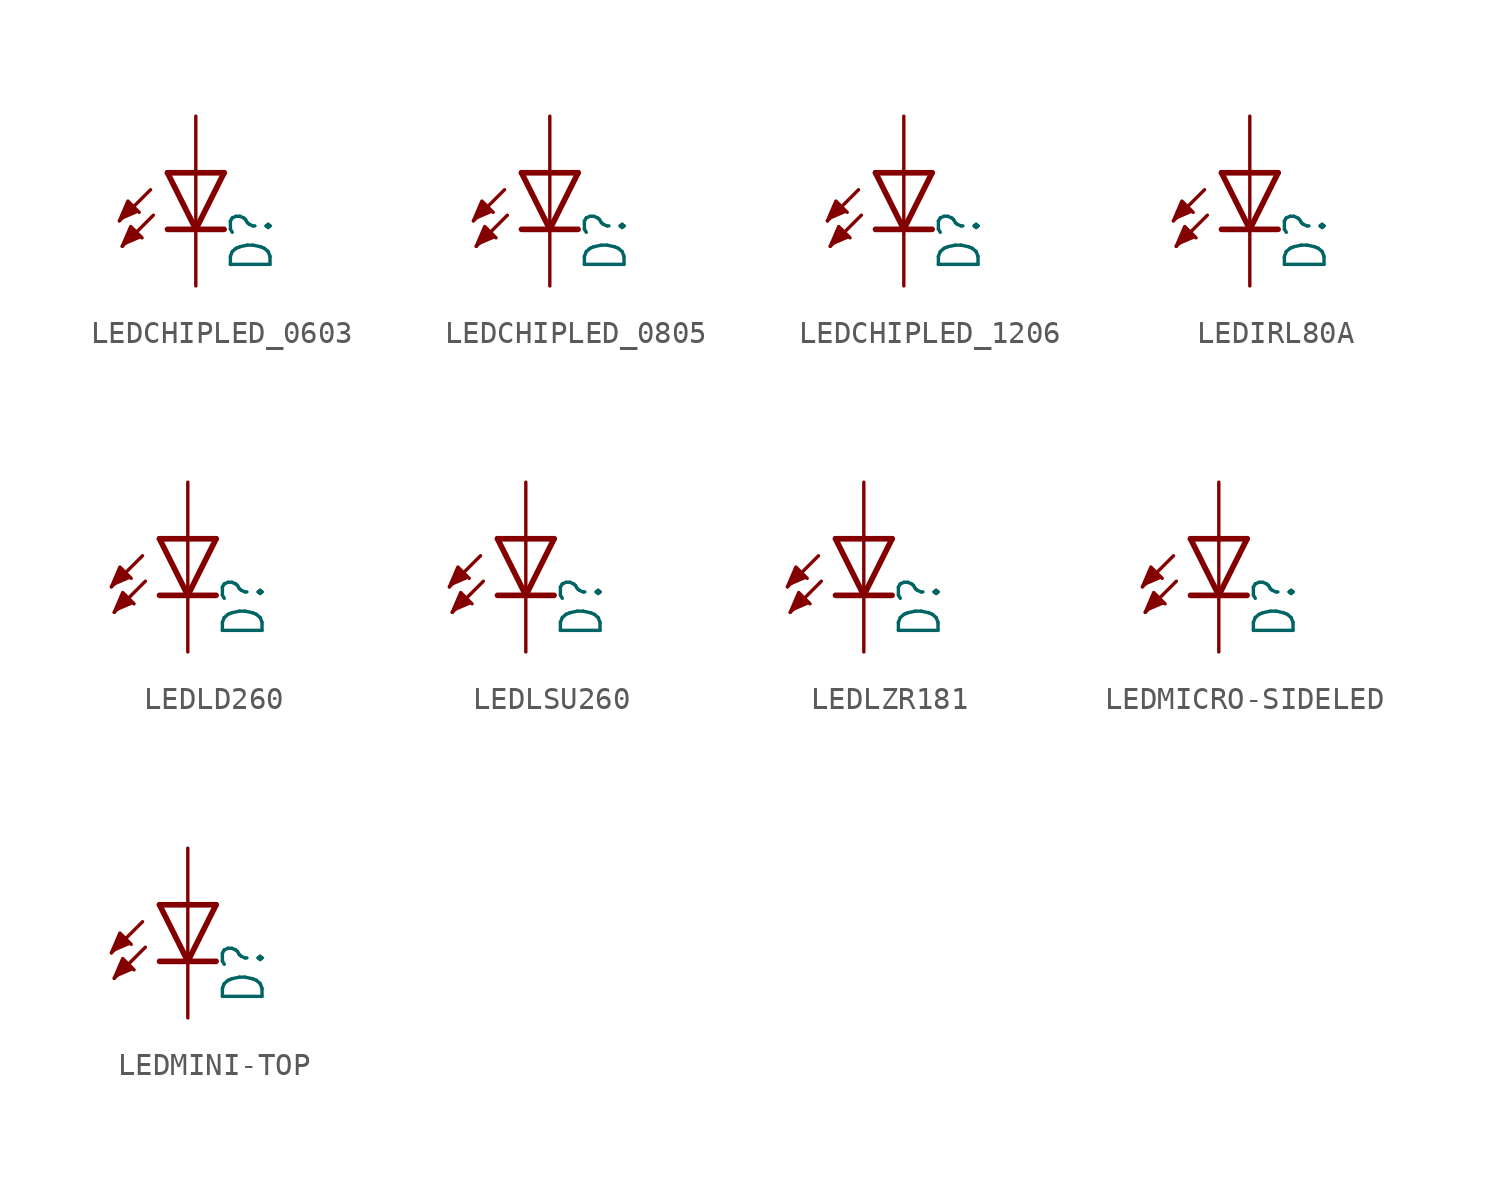
<source format=kicad_sym>
(kicad_symbol_lib
  (version 20220914)
  (generator kicad_symbol_editor)
  (symbol "LEDCHIPLED_0603"
    (property "Reference" "D"
      (at 3.556 -4.572 90)
      (effects (font (size 1.778 1.511)) (justify left bottom)))
    (property "Value" ""
      (at 5.715 -4.572 90)
      (effects (font (size 1.778 1.511)) (justify left bottom)))
    (property "ki_locked" ""
      (at 0 0 0)
      (effects (font (size 1.27 1.27))))
    (symbol "LEDCHIPLED_0603_1_0"
      (polyline (pts (xy -2.032 -0.762) (xy -3.429 -2.159)) (stroke (width 0.152) (type solid)) (fill (type none)))
      (polyline (pts (xy -1.905 -1.905) (xy -3.302 -3.302)) (stroke (width 0.152) (type solid)) (fill (type none)))
      (polyline (pts (xy 0 -2.54) (xy -1.27 -2.54)) (stroke (width 0.254) (type solid)) (fill (type none)))
      (polyline (pts (xy 0 -2.54) (xy -1.27 0)) (stroke (width 0.254) (type solid)) (fill (type none)))
      (polyline (pts (xy 0 0) (xy -1.27 0)) (stroke (width 0.254) (type solid)) (fill (type none)))
      (polyline (pts (xy 0 0) (xy 0 -2.54)) (stroke (width 0.152) (type solid)) (fill (type none)))
      (polyline (pts (xy 1.27 -2.54) (xy 0 -2.54)) (stroke (width 0.254) (type solid)) (fill (type none)))
      (polyline (pts (xy 1.27 0) (xy 0 -2.54)) (stroke (width 0.254) (type solid)) (fill (type none)))
      (polyline (pts (xy 1.27 0) (xy 0 0)) (stroke (width 0.254) (type solid)) (fill (type none)))
      (polyline (pts (xy -3.429 -2.159) (xy -3.048 -1.27) (xy -2.54 -1.778)) (stroke (width 0.152) (type solid)) (fill (type outline)))
      (polyline (pts (xy -3.302 -3.302) (xy -2.921 -2.413) (xy -2.413 -2.921)) (stroke (width 0.152) (type solid)) (fill (type outline)))
      (pin passive line (at 0 2.54 270) (length 2.54) (name "A" (effects (font (size 0 0)))) (number "A" (effects (font (size 0 0)))))
      (pin passive line (at 0 -5.08 90) (length 2.54) (name "C" (effects (font (size 0 0)))) (number "C" (effects (font (size 0 0)))))))
  (symbol "LEDCHIPLED_0805"
    (property "Reference" "D"
      (at 3.556 -4.572 90)
      (effects (font (size 1.778 1.511)) (justify left bottom)))
    (property "Value" ""
      (at 5.715 -4.572 90)
      (effects (font (size 1.778 1.511)) (justify left bottom)))
    (property "ki_locked" ""
      (at 0 0 0)
      (effects (font (size 1.27 1.27))))
    (symbol "LEDCHIPLED_0805_1_0"
      (polyline (pts (xy -2.032 -0.762) (xy -3.429 -2.159)) (stroke (width 0.152) (type solid)) (fill (type none)))
      (polyline (pts (xy -1.905 -1.905) (xy -3.302 -3.302)) (stroke (width 0.152) (type solid)) (fill (type none)))
      (polyline (pts (xy 0 -2.54) (xy -1.27 -2.54)) (stroke (width 0.254) (type solid)) (fill (type none)))
      (polyline (pts (xy 0 -2.54) (xy -1.27 0)) (stroke (width 0.254) (type solid)) (fill (type none)))
      (polyline (pts (xy 0 0) (xy -1.27 0)) (stroke (width 0.254) (type solid)) (fill (type none)))
      (polyline (pts (xy 0 0) (xy 0 -2.54)) (stroke (width 0.152) (type solid)) (fill (type none)))
      (polyline (pts (xy 1.27 -2.54) (xy 0 -2.54)) (stroke (width 0.254) (type solid)) (fill (type none)))
      (polyline (pts (xy 1.27 0) (xy 0 -2.54)) (stroke (width 0.254) (type solid)) (fill (type none)))
      (polyline (pts (xy 1.27 0) (xy 0 0)) (stroke (width 0.254) (type solid)) (fill (type none)))
      (polyline (pts (xy -3.429 -2.159) (xy -3.048 -1.27) (xy -2.54 -1.778)) (stroke (width 0.152) (type solid)) (fill (type outline)))
      (polyline (pts (xy -3.302 -3.302) (xy -2.921 -2.413) (xy -2.413 -2.921)) (stroke (width 0.152) (type solid)) (fill (type outline)))
      (pin passive line (at 0 2.54 270) (length 2.54) (name "A" (effects (font (size 0 0)))) (number "A" (effects (font (size 0 0)))))
      (pin passive line (at 0 -5.08 90) (length 2.54) (name "C" (effects (font (size 0 0)))) (number "C" (effects (font (size 0 0)))))))
  (symbol "LEDCHIPLED_1206"
    (property "Reference" "D"
      (at 3.556 -4.572 90)
      (effects (font (size 1.778 1.511)) (justify left bottom)))
    (property "Value" ""
      (at 5.715 -4.572 90)
      (effects (font (size 1.778 1.511)) (justify left bottom)))
    (property "ki_locked" ""
      (at 0 0 0)
      (effects (font (size 1.27 1.27))))
    (symbol "LEDCHIPLED_1206_1_0"
      (polyline (pts (xy -2.032 -0.762) (xy -3.429 -2.159)) (stroke (width 0.152) (type solid)) (fill (type none)))
      (polyline (pts (xy -1.905 -1.905) (xy -3.302 -3.302)) (stroke (width 0.152) (type solid)) (fill (type none)))
      (polyline (pts (xy 0 -2.54) (xy -1.27 -2.54)) (stroke (width 0.254) (type solid)) (fill (type none)))
      (polyline (pts (xy 0 -2.54) (xy -1.27 0)) (stroke (width 0.254) (type solid)) (fill (type none)))
      (polyline (pts (xy 0 0) (xy -1.27 0)) (stroke (width 0.254) (type solid)) (fill (type none)))
      (polyline (pts (xy 0 0) (xy 0 -2.54)) (stroke (width 0.152) (type solid)) (fill (type none)))
      (polyline (pts (xy 1.27 -2.54) (xy 0 -2.54)) (stroke (width 0.254) (type solid)) (fill (type none)))
      (polyline (pts (xy 1.27 0) (xy 0 -2.54)) (stroke (width 0.254) (type solid)) (fill (type none)))
      (polyline (pts (xy 1.27 0) (xy 0 0)) (stroke (width 0.254) (type solid)) (fill (type none)))
      (polyline (pts (xy -3.429 -2.159) (xy -3.048 -1.27) (xy -2.54 -1.778)) (stroke (width 0.152) (type solid)) (fill (type outline)))
      (polyline (pts (xy -3.302 -3.302) (xy -2.921 -2.413) (xy -2.413 -2.921)) (stroke (width 0.152) (type solid)) (fill (type outline)))
      (pin passive line (at 0 2.54 270) (length 2.54) (name "A" (effects (font (size 0 0)))) (number "A" (effects (font (size 0 0)))))
      (pin passive line (at 0 -5.08 90) (length 2.54) (name "C" (effects (font (size 0 0)))) (number "C" (effects (font (size 0 0)))))))
  (symbol "LEDIRL80A"
    (property "Reference" "D"
      (at 3.556 -4.572 90)
      (effects (font (size 1.778 1.511)) (justify left bottom)))
    (property "Value" ""
      (at 5.715 -4.572 90)
      (effects (font (size 1.778 1.511)) (justify left bottom)))
    (property "ki_locked" ""
      (at 0 0 0)
      (effects (font (size 1.27 1.27))))
    (symbol "LEDIRL80A_1_0"
      (polyline (pts (xy -2.032 -0.762) (xy -3.429 -2.159)) (stroke (width 0.152) (type solid)) (fill (type none)))
      (polyline (pts (xy -1.905 -1.905) (xy -3.302 -3.302)) (stroke (width 0.152) (type solid)) (fill (type none)))
      (polyline (pts (xy 0 -2.54) (xy -1.27 -2.54)) (stroke (width 0.254) (type solid)) (fill (type none)))
      (polyline (pts (xy 0 -2.54) (xy -1.27 0)) (stroke (width 0.254) (type solid)) (fill (type none)))
      (polyline (pts (xy 0 0) (xy -1.27 0)) (stroke (width 0.254) (type solid)) (fill (type none)))
      (polyline (pts (xy 0 0) (xy 0 -2.54)) (stroke (width 0.152) (type solid)) (fill (type none)))
      (polyline (pts (xy 1.27 -2.54) (xy 0 -2.54)) (stroke (width 0.254) (type solid)) (fill (type none)))
      (polyline (pts (xy 1.27 0) (xy 0 -2.54)) (stroke (width 0.254) (type solid)) (fill (type none)))
      (polyline (pts (xy 1.27 0) (xy 0 0)) (stroke (width 0.254) (type solid)) (fill (type none)))
      (polyline (pts (xy -3.429 -2.159) (xy -3.048 -1.27) (xy -2.54 -1.778)) (stroke (width 0.152) (type solid)) (fill (type outline)))
      (polyline (pts (xy -3.302 -3.302) (xy -2.921 -2.413) (xy -2.413 -2.921)) (stroke (width 0.152) (type solid)) (fill (type outline)))
      (pin passive line (at 0 2.54 270) (length 2.54) (name "A" (effects (font (size 0 0)))) (number "A" (effects (font (size 0 0)))))
      (pin passive line (at 0 -5.08 90) (length 2.54) (name "C" (effects (font (size 0 0)))) (number "K" (effects (font (size 0 0)))))))
  (symbol "LEDLD260"
    (property "Reference" "D"
      (at 3.556 -4.572 90)
      (effects (font (size 1.778 1.511)) (justify left bottom)))
    (property "Value" ""
      (at 5.715 -4.572 90)
      (effects (font (size 1.778 1.511)) (justify left bottom)))
    (property "ki_locked" ""
      (at 0 0 0)
      (effects (font (size 1.27 1.27))))
    (symbol "LEDLD260_1_0"
      (polyline (pts (xy -2.032 -0.762) (xy -3.429 -2.159)) (stroke (width 0.152) (type solid)) (fill (type none)))
      (polyline (pts (xy -1.905 -1.905) (xy -3.302 -3.302)) (stroke (width 0.152) (type solid)) (fill (type none)))
      (polyline (pts (xy 0 -2.54) (xy -1.27 -2.54)) (stroke (width 0.254) (type solid)) (fill (type none)))
      (polyline (pts (xy 0 -2.54) (xy -1.27 0)) (stroke (width 0.254) (type solid)) (fill (type none)))
      (polyline (pts (xy 0 0) (xy -1.27 0)) (stroke (width 0.254) (type solid)) (fill (type none)))
      (polyline (pts (xy 0 0) (xy 0 -2.54)) (stroke (width 0.152) (type solid)) (fill (type none)))
      (polyline (pts (xy 1.27 -2.54) (xy 0 -2.54)) (stroke (width 0.254) (type solid)) (fill (type none)))
      (polyline (pts (xy 1.27 0) (xy 0 -2.54)) (stroke (width 0.254) (type solid)) (fill (type none)))
      (polyline (pts (xy 1.27 0) (xy 0 0)) (stroke (width 0.254) (type solid)) (fill (type none)))
      (polyline (pts (xy -3.429 -2.159) (xy -3.048 -1.27) (xy -2.54 -1.778)) (stroke (width 0.152) (type solid)) (fill (type outline)))
      (polyline (pts (xy -3.302 -3.302) (xy -2.921 -2.413) (xy -2.413 -2.921)) (stroke (width 0.152) (type solid)) (fill (type outline)))
      (pin passive line (at 0 2.54 270) (length 2.54) (name "A" (effects (font (size 0 0)))) (number "A" (effects (font (size 0 0)))))
      (pin passive line (at 0 -5.08 90) (length 2.54) (name "C" (effects (font (size 0 0)))) (number "K" (effects (font (size 0 0)))))))
  (symbol "LEDLSU260"
    (property "Reference" "D"
      (at 3.556 -4.572 90)
      (effects (font (size 1.778 1.511)) (justify left bottom)))
    (property "Value" ""
      (at 5.715 -4.572 90)
      (effects (font (size 1.778 1.511)) (justify left bottom)))
    (property "ki_locked" ""
      (at 0 0 0)
      (effects (font (size 1.27 1.27))))
    (symbol "LEDLSU260_1_0"
      (polyline (pts (xy -2.032 -0.762) (xy -3.429 -2.159)) (stroke (width 0.152) (type solid)) (fill (type none)))
      (polyline (pts (xy -1.905 -1.905) (xy -3.302 -3.302)) (stroke (width 0.152) (type solid)) (fill (type none)))
      (polyline (pts (xy 0 -2.54) (xy -1.27 -2.54)) (stroke (width 0.254) (type solid)) (fill (type none)))
      (polyline (pts (xy 0 -2.54) (xy -1.27 0)) (stroke (width 0.254) (type solid)) (fill (type none)))
      (polyline (pts (xy 0 0) (xy -1.27 0)) (stroke (width 0.254) (type solid)) (fill (type none)))
      (polyline (pts (xy 0 0) (xy 0 -2.54)) (stroke (width 0.152) (type solid)) (fill (type none)))
      (polyline (pts (xy 1.27 -2.54) (xy 0 -2.54)) (stroke (width 0.254) (type solid)) (fill (type none)))
      (polyline (pts (xy 1.27 0) (xy 0 -2.54)) (stroke (width 0.254) (type solid)) (fill (type none)))
      (polyline (pts (xy 1.27 0) (xy 0 0)) (stroke (width 0.254) (type solid)) (fill (type none)))
      (polyline (pts (xy -3.429 -2.159) (xy -3.048 -1.27) (xy -2.54 -1.778)) (stroke (width 0.152) (type solid)) (fill (type outline)))
      (polyline (pts (xy -3.302 -3.302) (xy -2.921 -2.413) (xy -2.413 -2.921)) (stroke (width 0.152) (type solid)) (fill (type outline)))
      (pin passive line (at 0 2.54 270) (length 2.54) (name "A" (effects (font (size 0 0)))) (number "A" (effects (font (size 0 0)))))
      (pin passive line (at 0 -5.08 90) (length 2.54) (name "C" (effects (font (size 0 0)))) (number "K" (effects (font (size 0 0)))))))
  (symbol "LEDLZR181"
    (property "Reference" "D"
      (at 3.556 -4.572 90)
      (effects (font (size 1.778 1.511)) (justify left bottom)))
    (property "Value" ""
      (at 5.715 -4.572 90)
      (effects (font (size 1.778 1.511)) (justify left bottom)))
    (property "ki_locked" ""
      (at 0 0 0)
      (effects (font (size 1.27 1.27))))
    (symbol "LEDLZR181_1_0"
      (polyline (pts (xy -2.032 -0.762) (xy -3.429 -2.159)) (stroke (width 0.152) (type solid)) (fill (type none)))
      (polyline (pts (xy -1.905 -1.905) (xy -3.302 -3.302)) (stroke (width 0.152) (type solid)) (fill (type none)))
      (polyline (pts (xy 0 -2.54) (xy -1.27 -2.54)) (stroke (width 0.254) (type solid)) (fill (type none)))
      (polyline (pts (xy 0 -2.54) (xy -1.27 0)) (stroke (width 0.254) (type solid)) (fill (type none)))
      (polyline (pts (xy 0 0) (xy -1.27 0)) (stroke (width 0.254) (type solid)) (fill (type none)))
      (polyline (pts (xy 0 0) (xy 0 -2.54)) (stroke (width 0.152) (type solid)) (fill (type none)))
      (polyline (pts (xy 1.27 -2.54) (xy 0 -2.54)) (stroke (width 0.254) (type solid)) (fill (type none)))
      (polyline (pts (xy 1.27 0) (xy 0 -2.54)) (stroke (width 0.254) (type solid)) (fill (type none)))
      (polyline (pts (xy 1.27 0) (xy 0 0)) (stroke (width 0.254) (type solid)) (fill (type none)))
      (polyline (pts (xy -3.429 -2.159) (xy -3.048 -1.27) (xy -2.54 -1.778)) (stroke (width 0.152) (type solid)) (fill (type outline)))
      (polyline (pts (xy -3.302 -3.302) (xy -2.921 -2.413) (xy -2.413 -2.921)) (stroke (width 0.152) (type solid)) (fill (type outline)))
      (pin passive line (at 0 2.54 270) (length 2.54) (name "A" (effects (font (size 0 0)))) (number "A" (effects (font (size 0 0)))))
      (pin passive line (at 0 -5.08 90) (length 2.54) (name "C" (effects (font (size 0 0)))) (number "K" (effects (font (size 0 0)))))))
  (symbol "LEDMICRO-SIDELED"
    (property "Reference" "D"
      (at 3.556 -4.572 90)
      (effects (font (size 1.778 1.511)) (justify left bottom)))
    (property "Value" ""
      (at 5.715 -4.572 90)
      (effects (font (size 1.778 1.511)) (justify left bottom)))
    (property "ki_locked" ""
      (at 0 0 0)
      (effects (font (size 1.27 1.27))))
    (symbol "LEDMICRO-SIDELED_1_0"
      (polyline (pts (xy -2.032 -0.762) (xy -3.429 -2.159)) (stroke (width 0.152) (type solid)) (fill (type none)))
      (polyline (pts (xy -1.905 -1.905) (xy -3.302 -3.302)) (stroke (width 0.152) (type solid)) (fill (type none)))
      (polyline (pts (xy 0 -2.54) (xy -1.27 -2.54)) (stroke (width 0.254) (type solid)) (fill (type none)))
      (polyline (pts (xy 0 -2.54) (xy -1.27 0)) (stroke (width 0.254) (type solid)) (fill (type none)))
      (polyline (pts (xy 0 0) (xy -1.27 0)) (stroke (width 0.254) (type solid)) (fill (type none)))
      (polyline (pts (xy 0 0) (xy 0 -2.54)) (stroke (width 0.152) (type solid)) (fill (type none)))
      (polyline (pts (xy 1.27 -2.54) (xy 0 -2.54)) (stroke (width 0.254) (type solid)) (fill (type none)))
      (polyline (pts (xy 1.27 0) (xy 0 -2.54)) (stroke (width 0.254) (type solid)) (fill (type none)))
      (polyline (pts (xy 1.27 0) (xy 0 0)) (stroke (width 0.254) (type solid)) (fill (type none)))
      (polyline (pts (xy -3.429 -2.159) (xy -3.048 -1.27) (xy -2.54 -1.778)) (stroke (width 0.152) (type solid)) (fill (type outline)))
      (polyline (pts (xy -3.302 -3.302) (xy -2.921 -2.413) (xy -2.413 -2.921)) (stroke (width 0.152) (type solid)) (fill (type outline)))
      (pin passive line (at 0 2.54 270) (length 2.54) (name "A" (effects (font (size 0 0)))) (number "A" (effects (font (size 0 0)))))
      (pin passive line (at 0 -5.08 90) (length 2.54) (name "C" (effects (font (size 0 0)))) (number "C" (effects (font (size 0 0)))))))
  (symbol "LEDMINI-TOP"
    (property "Reference" "D"
      (at 3.556 -4.572 90)
      (effects (font (size 1.778 1.511)) (justify left bottom)))
    (property "Value" ""
      (at 5.715 -4.572 90)
      (effects (font (size 1.778 1.511)) (justify left bottom)))
    (property "ki_locked" ""
      (at 0 0 0)
      (effects (font (size 1.27 1.27))))
    (symbol "LEDMINI-TOP_1_0"
      (polyline (pts (xy -2.032 -0.762) (xy -3.429 -2.159)) (stroke (width 0.152) (type solid)) (fill (type none)))
      (polyline (pts (xy -1.905 -1.905) (xy -3.302 -3.302)) (stroke (width 0.152) (type solid)) (fill (type none)))
      (polyline (pts (xy 0 -2.54) (xy -1.27 -2.54)) (stroke (width 0.254) (type solid)) (fill (type none)))
      (polyline (pts (xy 0 -2.54) (xy -1.27 0)) (stroke (width 0.254) (type solid)) (fill (type none)))
      (polyline (pts (xy 0 0) (xy -1.27 0)) (stroke (width 0.254) (type solid)) (fill (type none)))
      (polyline (pts (xy 0 0) (xy 0 -2.54)) (stroke (width 0.152) (type solid)) (fill (type none)))
      (polyline (pts (xy 1.27 -2.54) (xy 0 -2.54)) (stroke (width 0.254) (type solid)) (fill (type none)))
      (polyline (pts (xy 1.27 0) (xy 0 -2.54)) (stroke (width 0.254) (type solid)) (fill (type none)))
      (polyline (pts (xy 1.27 0) (xy 0 0)) (stroke (width 0.254) (type solid)) (fill (type none)))
      (polyline (pts (xy -3.429 -2.159) (xy -3.048 -1.27) (xy -2.54 -1.778)) (stroke (width 0.152) (type solid)) (fill (type outline)))
      (polyline (pts (xy -3.302 -3.302) (xy -2.921 -2.413) (xy -2.413 -2.921)) (stroke (width 0.152) (type solid)) (fill (type outline)))
      (pin passive line (at 0 2.54 270) (length 2.54) (name "A" (effects (font (size 0 0)))) (number "A" (effects (font (size 0 0)))))
      (pin passive line (at 0 -5.08 90) (length 2.54) (name "C" (effects (font (size 0 0)))) (number "C" (effects (font (size 0 0))))))))
</source>
